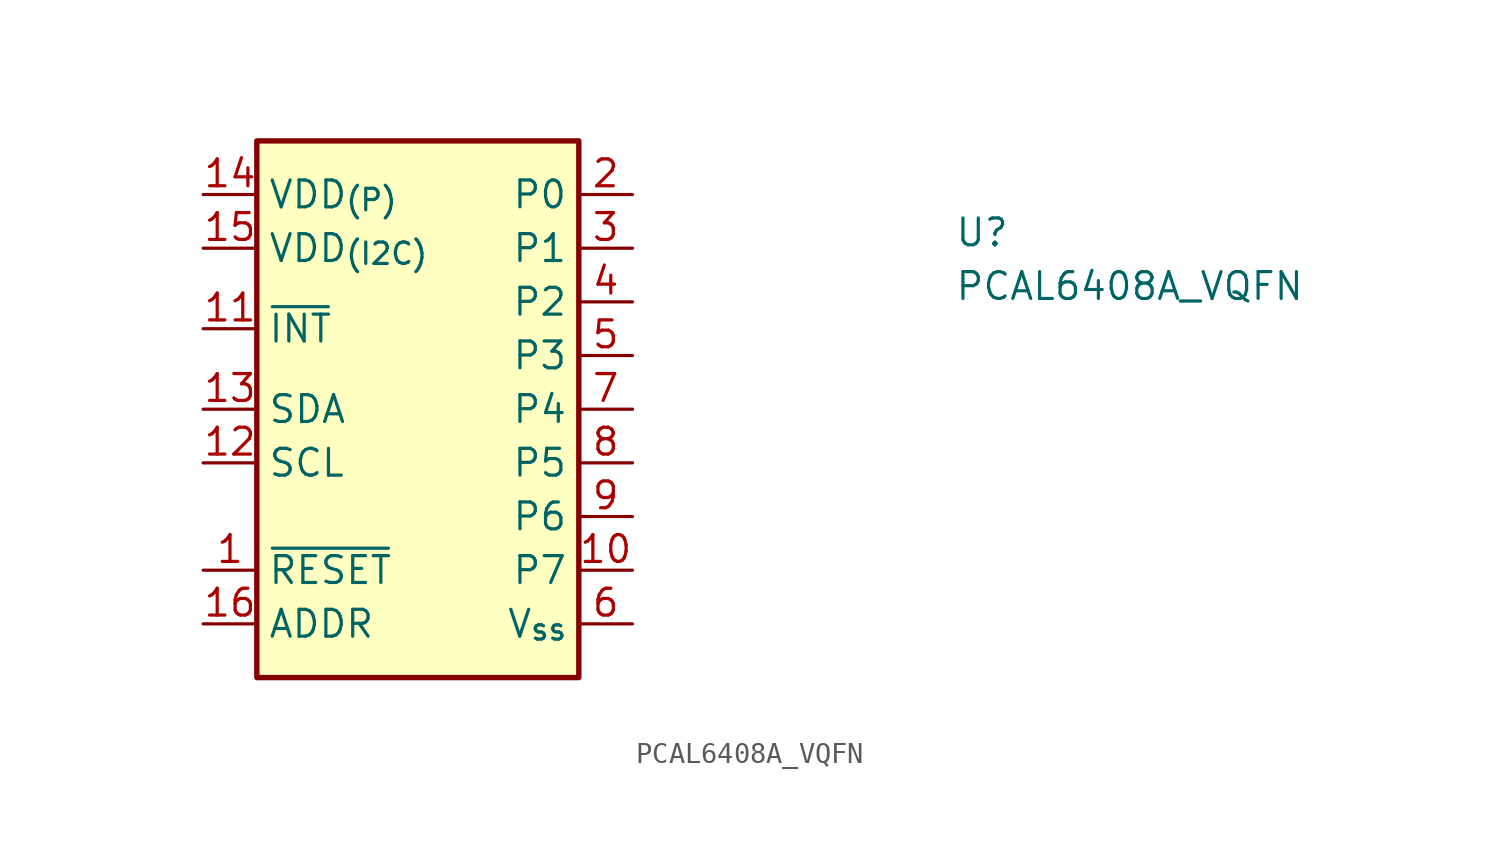
<source format=kicad_sym>
(kicad_symbol_lib
  (version 20211014)
  (generator kicad_symbol_editor)
  (symbol "PCAL6408A_VQFN"
    (property "Reference" "U"
      (at 35.56 -2.54 0)
      (effects (font (size 1.27 1.27) (thickness 0.15)) (justify left bottom)))
    (property "Value" "PCAL6408A_VQFN"
      (at 35.56 -5.08 0)
      (effects (font (size 1.27 1.27) (thickness 0.15)) (justify left bottom)))
    (symbol "PCAL6408A_VQFN_1_1"
      (rectangle (start 2.54 2.54) (end 17.78 -22.86) (stroke (width 0.254) (type default) (color 0 0 0 0)) (fill (type background)))
      (pin input line (at 0 -17.78 0) (length 2.54) (name "~{RESET}" (effects (font (size 1.27 1.27)))) (number "1" (effects (font (size 1.27 1.27)))))
      (pin bidirectional line (at 20.32 -17.78 180) (length 2.54) (name "P7" (effects (font (size 1.27 1.27)))) (number "10" (effects (font (size 1.27 1.27)))))
      (pin output line (at 0 -6.35 0) (length 2.54) (name "~{INT}" (effects (font (size 1.27 1.27)))) (number "11" (effects (font (size 1.27 1.27)))))
      (pin input line (at 0 -12.7 0) (length 2.54) (name "SCL" (effects (font (size 1.27 1.27)))) (number "12" (effects (font (size 1.27 1.27)))))
      (pin bidirectional line (at 0 -10.16 0) (length 2.54) (name "SDA" (effects (font (size 1.27 1.27)))) (number "13" (effects (font (size 1.27 1.27)))))
      (pin power_in line (at 0 0 0) (length 2.54) (name "VDD_{(P)}" (effects (font (size 1.27 1.27)))) (number "14" (effects (font (size 1.27 1.27)))))
      (pin power_in line (at 0 -2.54 0) (length 2.54) (name "VDD_{(I2C)}" (effects (font (size 1.27 1.27)))) (number "15" (effects (font (size 1.27 1.27)))))
      (pin passive line (at 0 -20.32 0) (length 2.54) (name "ADDR" (effects (font (size 1.27 1.27)))) (number "16" (effects (font (size 1.27 1.27)))))
      (pin bidirectional line (at 20.32 0 180) (length 2.54) (name "P0" (effects (font (size 1.27 1.27)))) (number "2" (effects (font (size 1.27 1.27)))))
      (pin bidirectional line (at 20.32 -2.54 180) (length 2.54) (name "P1" (effects (font (size 1.27 1.27)))) (number "3" (effects (font (size 1.27 1.27)))))
      (pin bidirectional line (at 20.32 -5.08 180) (length 2.54) (name "P2" (effects (font (size 1.27 1.27)))) (number "4" (effects (font (size 1.27 1.27)))))
      (pin bidirectional line (at 20.32 -7.62 180) (length 2.54) (name "P3" (effects (font (size 1.27 1.27)))) (number "5" (effects (font (size 1.27 1.27)))))
      (pin power_in line (at 20.32 -20.32 180) (length 2.54) (name "V_{ss}" (effects (font (size 1.27 1.27)))) (number "6" (effects (font (size 1.27 1.27)))))
      (pin bidirectional line (at 20.32 -10.16 180) (length 2.54) (name "P4" (effects (font (size 1.27 1.27)))) (number "7" (effects (font (size 1.27 1.27)))))
      (pin bidirectional line (at 20.32 -12.7 180) (length 2.54) (name "P5" (effects (font (size 1.27 1.27)))) (number "8" (effects (font (size 1.27 1.27)))))
      (pin bidirectional line (at 20.32 -15.24 180) (length 2.54) (name "P6" (effects (font (size 1.27 1.27)))) (number "9" (effects (font (size 1.27 1.27))))))))
</source>
